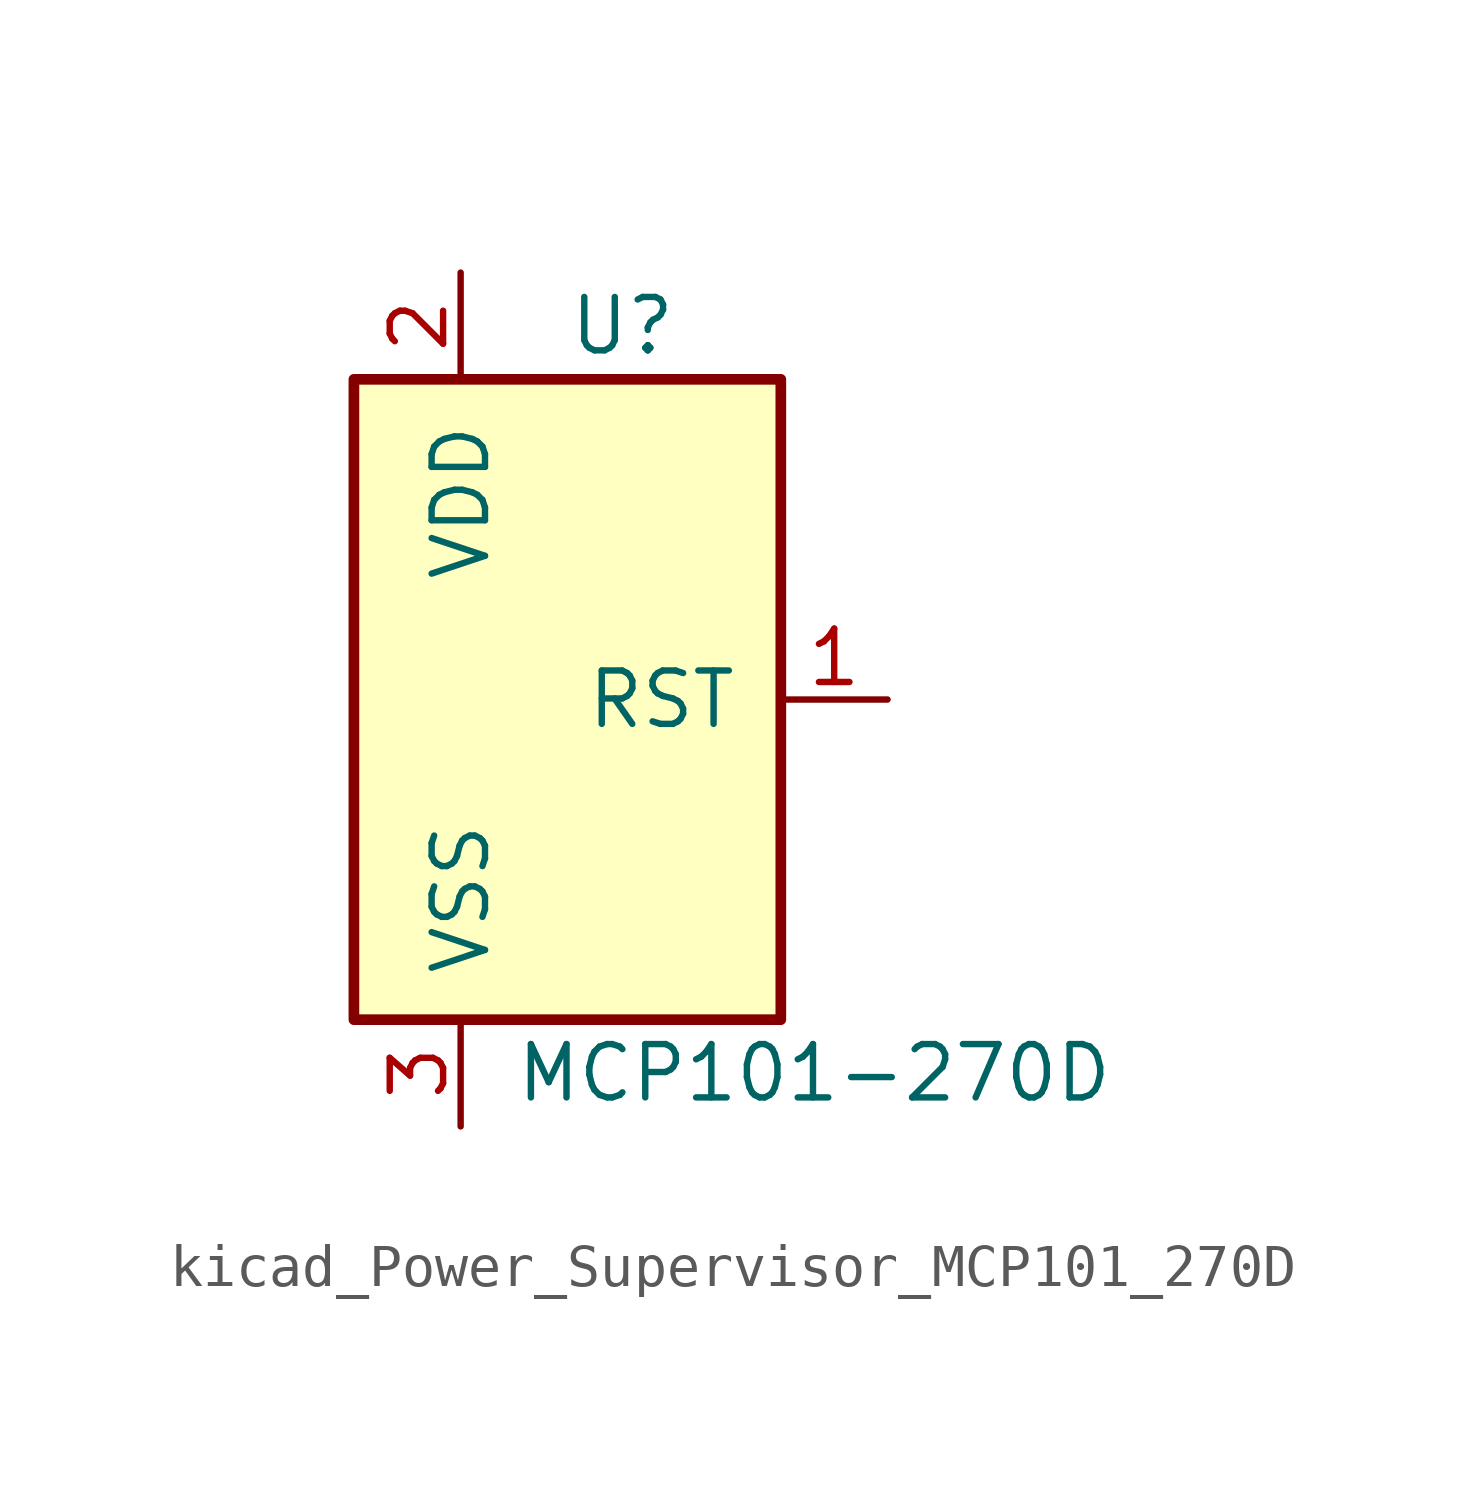
<source format=kicad_sym>
(kicad_symbol_lib
  (version 20220914)
  (generator kicad_symbol_editor)
  (symbol "kicad_Power_Supervisor_MCP101_270D"
    (pin_names
      (offset 1.016))
    (property "Reference" "U"
      (at 0 8.89 0)
      (effects (font (size 1.27 1.27)) (justify left)))
    (property "Value" "MCP101-270D"
      (at -1.27 -8.89 0)
      (effects (font (size 1.27 1.27)) (justify left)))
    (symbol "kicad_Power_Supervisor_MCP101_270D_1_1"
      (rectangle (start -5.08 7.62) (end 5.08 -7.62) (stroke (width 0.254) (type default)) (fill (type background)))
      (pin output line (at 7.62 0 180) (length 2.54) (name "RST" (effects (font (size 1.27 1.27)))) (number "1" (effects (font (size 1.27 1.27)))))
      (pin power_in line (at -2.54 10.16 270) (length 2.54) (name "VDD" (effects (font (size 1.27 1.27)))) (number "2" (effects (font (size 1.27 1.27)))))
      (pin power_in line (at -2.54 -10.16 90) (length 2.54) (name "VSS" (effects (font (size 1.27 1.27)))) (number "3" (effects (font (size 1.27 1.27))))))))
</source>
